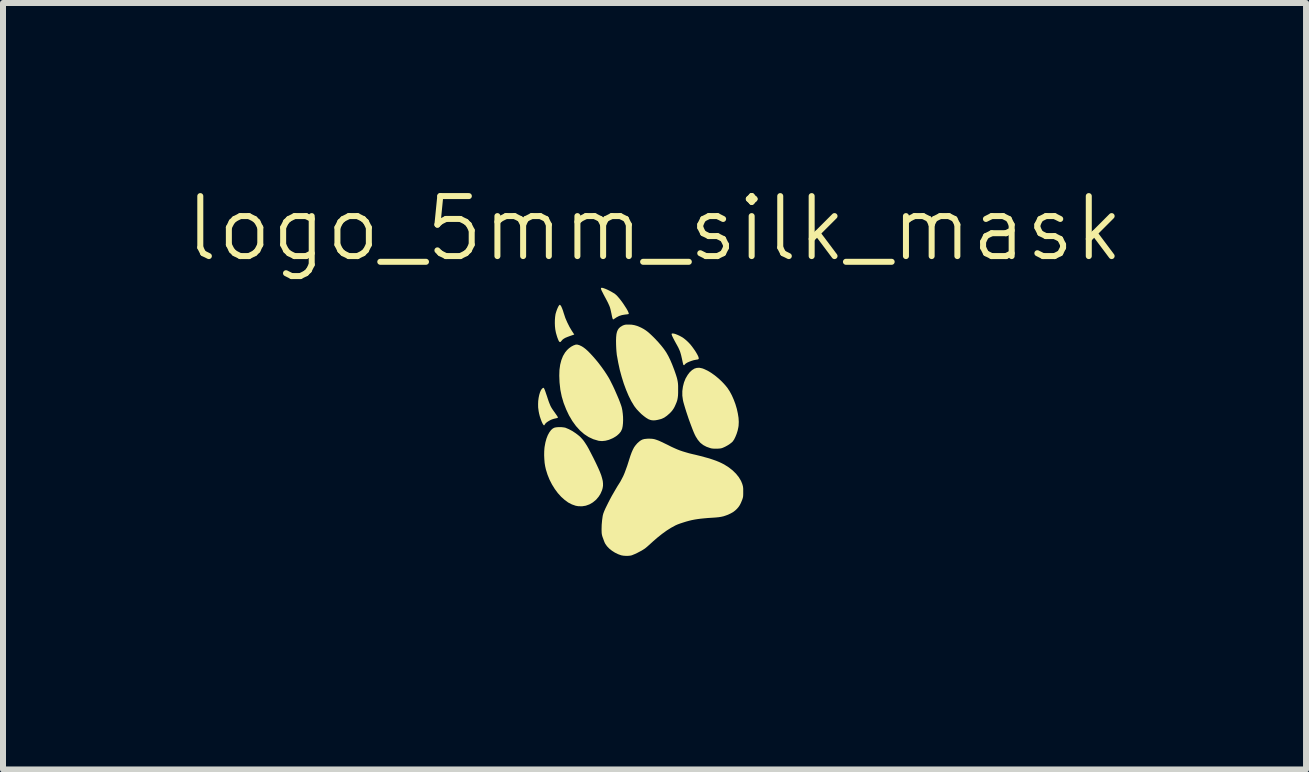
<source format=kicad_pcb>
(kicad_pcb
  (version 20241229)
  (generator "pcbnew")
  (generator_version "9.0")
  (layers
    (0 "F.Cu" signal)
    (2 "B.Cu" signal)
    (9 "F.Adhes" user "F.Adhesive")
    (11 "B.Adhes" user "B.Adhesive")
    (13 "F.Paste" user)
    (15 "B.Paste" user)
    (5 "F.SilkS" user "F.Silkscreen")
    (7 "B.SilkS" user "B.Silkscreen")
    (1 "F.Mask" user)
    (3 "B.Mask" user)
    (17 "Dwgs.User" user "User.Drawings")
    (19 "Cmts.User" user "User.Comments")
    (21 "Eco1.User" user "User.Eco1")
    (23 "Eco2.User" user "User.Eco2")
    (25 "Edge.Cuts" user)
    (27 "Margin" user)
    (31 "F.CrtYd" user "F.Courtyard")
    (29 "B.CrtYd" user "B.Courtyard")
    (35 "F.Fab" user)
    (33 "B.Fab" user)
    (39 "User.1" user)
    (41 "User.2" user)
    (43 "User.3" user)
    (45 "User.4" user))
  (footprint "logo_5mm_silk_mask"
    (layer "F.Cu")
    (at 7.86 4.261)
    (property "Reference" "logo_5mm_silk_mask" (at 0 -3.5 0) (unlocked yes) (layer "F.SilkS") (effects (font (size 1 1) (thickness 0.1))))
    (attr smd)
    (fp_poly (pts (xy 2.022 -0.888) (xy 2.121 -0.761) (xy 2.209 -0.631) (xy 2.285 -0.496) (xy 2.35 -0.358) (xy 2.404 -0.216) (xy 2.446 -0.073) (xy 2.476 0.073) (xy 2.495 0.219) (xy 2.502 0.367) (xy 2.496 0.515) (xy 2.479 0.662) (xy 2.449 0.809) (xy 2.424 0.901) (xy 2.38 1.028) (xy 2.327 1.155) (xy 2.267 1.277) (xy 2.203 1.387) (xy 2.112 1.521) (xy 2.01 1.647) (xy 1.9 1.766) (xy 1.78 1.877) (xy 1.652 1.98) (xy 1.517 2.075) (xy 1.374 2.162) (xy 1.226 2.24) (xy 1.071 2.308) (xy 0.911 2.368) (xy 0.746 2.417) (xy 0.577 2.457) (xy 0.404 2.487) (xy 0.229 2.506) (xy 0.051 2.514) (xy -0.128 2.512) (xy -0.171 2.509) (xy -0.351 2.493) (xy -0.528 2.465) (xy -0.703 2.426) (xy -0.874 2.377) (xy -1.041 2.317) (xy -1.202 2.247) (xy -1.357 2.168) (xy -1.505 2.08) (xy -1.644 1.982) (xy -1.699 1.94) (xy -1.827 1.83) (xy -1.945 1.713) (xy -2.052 1.59) (xy -2.148 1.461) (xy -2.233 1.326) (xy -2.307 1.186) (xy -2.37 1.041) (xy -2.417 0.901) (xy -2.435 0.836) (xy -2.452 0.765) (xy -2.466 0.691) (xy -2.478 0.616) (xy -2.487 0.542) (xy -2.493 0.472) (xy -2.496 0.407) (xy -2.496 0.35) (xy -2.492 0.303) (xy -2.492 0.303) (xy -2.486 0.262) (xy -2.485 0.298) (xy -2.484 0.319) (xy -2.482 0.348) (xy -2.478 0.382) (xy -2.475 0.408) (xy -2.45 0.547) (xy -2.414 0.684) (xy -2.366 0.817) (xy -2.306 0.946) (xy -2.236 1.071) (xy -2.155 1.192) (xy -2.064 1.307) (xy -1.964 1.417) (xy -1.853 1.521) (xy -1.734 1.618) (xy -1.606 1.708) (xy -1.47 1.79) (xy -1.341 1.857) (xy -1.177 1.93) (xy -1.008 1.991) (xy -0.835 2.04) (xy -0.659 2.078) (xy -0.481 2.105) (xy -0.302 2.119) (xy -0.122 2.122) (xy 0.058 2.114) (xy 0.238 2.094) (xy 0.416 2.062) (xy 0.591 2.018) (xy 0.763 1.963) (xy 0.813 1.944) (xy 0.968 1.879) (xy 1.116 1.804) (xy 1.257 1.721) (xy 1.389 1.63) (xy 1.513 1.531) (xy 1.628 1.424) (xy 1.733 1.31) (xy 1.828 1.19) (xy 1.913 1.063) (xy 1.954 0.991) (xy 2.015 0.869) (xy 2.066 0.741) (xy 2.106 0.607) (xy 2.136 0.471) (xy 2.147 0.4) (xy 2.152 0.349) (xy 2.156 0.29) (xy 2.157 0.225) (xy 2.157 0.16) (xy 2.155 0.097) (xy 2.151 0.04) (xy 2.147 0.009) (xy 2.122 -0.134) (xy 2.084 -0.274) (xy 2.035 -0.411) (xy 1.973 -0.544) (xy 1.9 -0.673) (xy 1.815 -0.797) (xy 1.755 -0.875) (xy 1.702 -0.94) (xy 1.84 -0.94) (xy 1.979 -0.94)) (stroke (width 0) (type solid)) (fill yes) (layer "F.Mask"))
    (fp_poly (pts (xy -1.578 -2.231) (xy -1.568 -2.223) (xy -1.555 -2.204) (xy -1.542 -2.174) (xy -1.527 -2.135) (xy -1.512 -2.086) (xy -1.51 -2.081) (xy -1.487 -2.011) (xy -1.455 -1.937) (xy -1.418 -1.863) (xy -1.377 -1.794) (xy -1.376 -1.793) (xy -1.338 -1.735) (xy -1.405 -1.712) (xy -1.451 -1.695) (xy -1.487 -1.68) (xy -1.513 -1.665) (xy -1.533 -1.65) (xy -1.547 -1.634) (xy -1.549 -1.632) (xy -1.563 -1.615) (xy -1.574 -1.609) (xy -1.584 -1.613) (xy -1.591 -1.619) (xy -1.599 -1.633) (xy -1.609 -1.657) (xy -1.621 -1.688) (xy -1.632 -1.724) (xy -1.643 -1.762) (xy -1.647 -1.781) (xy -1.655 -1.824) (xy -1.66 -1.874) (xy -1.662 -1.927) (xy -1.661 -1.98) (xy -1.657 -2.03) (xy -1.651 -2.073) (xy -1.647 -2.088) (xy -1.636 -2.124) (xy -1.624 -2.157) (xy -1.611 -2.187) (xy -1.599 -2.21) (xy -1.587 -2.226) (xy -1.579 -2.231)) (stroke (width 0) (type solid)) (fill yes) (layer "F.SilkS"))
    (fp_poly (pts (xy -1.849 -0.846) (xy -1.843 -0.84) (xy -1.837 -0.828) (xy -1.829 -0.81) (xy -1.819 -0.783) (xy -1.807 -0.747) (xy -1.791 -0.701) (xy -1.788 -0.691) (xy -1.772 -0.642) (xy -1.758 -0.603) (xy -1.745 -0.571) (xy -1.734 -0.544) (xy -1.721 -0.52) (xy -1.707 -0.497) (xy -1.69 -0.472) (xy -1.673 -0.448) (xy -1.649 -0.414) (xy -1.632 -0.39) (xy -1.62 -0.372) (xy -1.614 -0.361) (xy -1.611 -0.354) (xy -1.612 -0.349) (xy -1.615 -0.347) (xy -1.615 -0.346) (xy -1.625 -0.343) (xy -1.644 -0.338) (xy -1.66 -0.335) (xy -1.693 -0.326) (xy -1.728 -0.313) (xy -1.761 -0.295) (xy -1.791 -0.276) (xy -1.814 -0.257) (xy -1.828 -0.238) (xy -1.829 -0.236) (xy -1.837 -0.223) (xy -1.846 -0.223) (xy -1.852 -0.229) (xy -1.867 -0.252) (xy -1.882 -0.285) (xy -1.897 -0.325) (xy -1.912 -0.37) (xy -1.924 -0.417) (xy -1.933 -0.463) (xy -1.933 -0.466) (xy -1.94 -0.519) (xy -1.941 -0.574) (xy -1.939 -0.628) (xy -1.932 -0.681) (xy -1.922 -0.729) (xy -1.909 -0.772) (xy -1.894 -0.807) (xy -1.875 -0.833) (xy -1.859 -0.845) (xy -1.854 -0.847)) (stroke (width 0) (type solid)) (fill yes) (layer "F.SilkS"))
    (fp_poly (pts (xy 0.325 -1.75) (xy 0.352 -1.742) (xy 0.384 -1.729) (xy 0.417 -1.714) (xy 0.452 -1.695) (xy 0.48 -1.677) (xy 0.502 -1.66) (xy 0.529 -1.638) (xy 0.556 -1.613) (xy 0.568 -1.601) (xy 0.596 -1.571) (xy 0.624 -1.536) (xy 0.651 -1.499) (xy 0.677 -1.462) (xy 0.699 -1.426) (xy 0.717 -1.394) (xy 0.73 -1.366) (xy 0.736 -1.345) (xy 0.737 -1.337) (xy 0.735 -1.329) (xy 0.729 -1.323) (xy 0.718 -1.319) (xy 0.698 -1.316) (xy 0.687 -1.314) (xy 0.652 -1.307) (xy 0.616 -1.296) (xy 0.581 -1.283) (xy 0.549 -1.269) (xy 0.524 -1.254) (xy 0.507 -1.24) (xy 0.502 -1.233) (xy 0.494 -1.224) (xy 0.485 -1.226) (xy 0.477 -1.236) (xy 0.477 -1.238) (xy 0.475 -1.249) (xy 0.47 -1.269) (xy 0.464 -1.297) (xy 0.457 -1.33) (xy 0.454 -1.343) (xy 0.444 -1.387) (xy 0.434 -1.423) (xy 0.424 -1.455) (xy 0.411 -1.485) (xy 0.396 -1.518) (xy 0.375 -1.557) (xy 0.362 -1.58) (xy 0.333 -1.633) (xy 0.31 -1.677) (xy 0.294 -1.71) (xy 0.286 -1.733) (xy 0.284 -1.743) (xy 0.289 -1.751) (xy 0.303 -1.753)) (stroke (width 0) (type solid)) (fill yes) (layer "F.SilkS"))
    (fp_poly (pts (xy -0.85 -2.508) (xy -0.822 -2.498) (xy -0.789 -2.484) (xy -0.754 -2.467) (xy -0.719 -2.448) (xy -0.687 -2.429) (xy -0.659 -2.411) (xy -0.64 -2.395) (xy -0.618 -2.373) (xy -0.593 -2.344) (xy -0.567 -2.312) (xy -0.54 -2.276) (xy -0.515 -2.24) (xy -0.491 -2.203) (xy -0.469 -2.169) (xy -0.451 -2.138) (xy -0.438 -2.111) (xy -0.431 -2.091) (xy -0.43 -2.079) (xy -0.431 -2.077) (xy -0.438 -2.075) (xy -0.456 -2.072) (xy -0.479 -2.069) (xy -0.491 -2.068) (xy -0.544 -2.059) (xy -0.591 -2.044) (xy -0.635 -2.021) (xy -0.649 -2.011) (xy -0.668 -1.999) (xy -0.682 -1.99) (xy -0.689 -1.986) (xy -0.689 -1.986) (xy -0.695 -1.991) (xy -0.699 -2.001) (xy -0.703 -2.012) (xy -0.708 -2.033) (xy -0.714 -2.061) (xy -0.72 -2.092) (xy -0.721 -2.094) (xy -0.728 -2.128) (xy -0.735 -2.157) (xy -0.742 -2.183) (xy -0.751 -2.208) (xy -0.763 -2.235) (xy -0.777 -2.266) (xy -0.796 -2.303) (xy -0.82 -2.348) (xy -0.825 -2.357) (xy -0.849 -2.402) (xy -0.867 -2.438) (xy -0.881 -2.465) (xy -0.889 -2.484) (xy -0.893 -2.498) (xy -0.893 -2.506) (xy -0.89 -2.512) (xy -0.887 -2.513) (xy -0.873 -2.514)) (stroke (width 0) (type solid)) (fill yes) (layer "F.SilkS"))
    (fp_poly (pts (xy -1.559 -0.192) (xy -1.521 -0.188) (xy -1.49 -0.183) (xy -1.482 -0.18) (xy -1.427 -0.157) (xy -1.369 -0.126) (xy -1.312 -0.088) (xy -1.259 -0.047) (xy -1.232 -0.022) (xy -1.211 0.001) (xy -1.19 0.025) (xy -1.169 0.054) (xy -1.147 0.087) (xy -1.123 0.125) (xy -1.097 0.171) (xy -1.069 0.225) (xy -1.036 0.289) (xy -1.013 0.334) (xy -0.973 0.416) (xy -0.939 0.489) (xy -0.911 0.553) (xy -0.889 0.61) (xy -0.874 0.661) (xy -0.863 0.706) (xy -0.859 0.748) (xy -0.859 0.787) (xy -0.865 0.824) (xy -0.875 0.86) (xy -0.891 0.897) (xy -0.903 0.923) (xy -0.931 0.967) (xy -0.966 1.009) (xy -0.975 1.019) (xy -1.028 1.063) (xy -1.085 1.096) (xy -1.146 1.118) (xy -1.209 1.128) (xy -1.274 1.126) (xy -1.314 1.119) (xy -1.377 1.097) (xy -1.439 1.065) (xy -1.499 1.021) (xy -1.557 0.969) (xy -1.612 0.908) (xy -1.663 0.839) (xy -1.709 0.765) (xy -1.75 0.685) (xy -1.784 0.601) (xy -1.811 0.514) (xy -1.823 0.461) (xy -1.832 0.406) (xy -1.837 0.343) (xy -1.84 0.278) (xy -1.839 0.214) (xy -1.835 0.155) (xy -1.832 0.134) (xy -1.819 0.063) (xy -1.801 -0.002) (xy -1.779 -0.058) (xy -1.753 -0.105) (xy -1.725 -0.143) (xy -1.694 -0.17) (xy -1.664 -0.184) (xy -1.635 -0.189) (xy -1.598 -0.192)) (stroke (width 0) (type solid)) (fill yes) (layer "F.SilkS"))
    (fp_poly (pts (xy 0.796 -1.171) (xy 0.823 -1.161) (xy 0.881 -1.134) (xy 0.942 -1.098) (xy 1.004 -1.054) (xy 1.065 -1.004) (xy 1.124 -0.949) (xy 1.177 -0.892) (xy 1.213 -0.848) (xy 1.252 -0.789) (xy 1.288 -0.722) (xy 1.32 -0.65) (xy 1.348 -0.575) (xy 1.371 -0.498) (xy 1.388 -0.421) (xy 1.4 -0.347) (xy 1.404 -0.278) (xy 1.401 -0.215) (xy 1.397 -0.189) (xy 1.385 -0.133) (xy 1.368 -0.079) (xy 1.348 -0.03) (xy 1.327 0.013) (xy 1.305 0.045) (xy 1.305 0.046) (xy 1.284 0.066) (xy 1.254 0.089) (xy 1.219 0.112) (xy 1.181 0.133) (xy 1.153 0.146) (xy 1.129 0.156) (xy 1.108 0.162) (xy 1.086 0.165) (xy 1.057 0.167) (xy 1.04 0.168) (xy 1.002 0.168) (xy 0.971 0.166) (xy 0.943 0.162) (xy 0.929 0.158) (xy 0.866 0.136) (xy 0.811 0.107) (xy 0.763 0.069) (xy 0.722 0.021) (xy 0.685 -0.038) (xy 0.671 -0.066) (xy 0.654 -0.104) (xy 0.635 -0.151) (xy 0.614 -0.206) (xy 0.592 -0.265) (xy 0.569 -0.328) (xy 0.548 -0.391) (xy 0.527 -0.454) (xy 0.509 -0.512) (xy 0.493 -0.566) (xy 0.48 -0.612) (xy 0.473 -0.644) (xy 0.463 -0.717) (xy 0.463 -0.792) (xy 0.473 -0.866) (xy 0.491 -0.937) (xy 0.518 -1.004) (xy 0.553 -1.063) (xy 0.587 -1.107) (xy 0.626 -1.143) (xy 0.665 -1.167) (xy 0.705 -1.179) (xy 0.748 -1.181)) (stroke (width 0) (type solid)) (fill yes) (layer "F.SilkS"))
    (fp_poly (pts (xy -1.254 -1.558) (xy -1.216 -1.54) (xy -1.191 -1.525) (xy -1.156 -1.499) (xy -1.116 -1.464) (xy -1.073 -1.421) (xy -1.027 -1.371) (xy -0.979 -1.316) (xy -0.931 -1.257) (xy -0.884 -1.195) (xy -0.839 -1.132) (xy -0.798 -1.07) (xy -0.764 -1.015) (xy -0.744 -0.979) (xy -0.722 -0.935) (xy -0.697 -0.885) (xy -0.671 -0.83) (xy -0.646 -0.773) (xy -0.621 -0.716) (xy -0.598 -0.662) (xy -0.578 -0.611) (xy -0.562 -0.567) (xy -0.55 -0.531) (xy -0.547 -0.52) (xy -0.537 -0.473) (xy -0.53 -0.42) (xy -0.525 -0.364) (xy -0.524 -0.308) (xy -0.526 -0.255) (xy -0.531 -0.208) (xy -0.539 -0.169) (xy -0.542 -0.16) (xy -0.561 -0.119) (xy -0.59 -0.083) (xy -0.628 -0.049) (xy -0.678 -0.017) (xy -0.703 -0.004) (xy -0.76 0.02) (xy -0.818 0.035) (xy -0.875 0.041) (xy -0.926 0.037) (xy -0.936 0.035) (xy -1.02 0.01) (xy -1.1 -0.027) (xy -1.174 -0.076) (xy -1.244 -0.137) (xy -1.309 -0.209) (xy -1.37 -0.293) (xy -1.426 -0.388) (xy -1.472 -0.485) (xy -1.515 -0.594) (xy -1.547 -0.702) (xy -1.57 -0.814) (xy -1.583 -0.931) (xy -1.584 -0.944) (xy -1.588 -1.049) (xy -1.585 -1.145) (xy -1.573 -1.232) (xy -1.553 -1.309) (xy -1.526 -1.377) (xy -1.491 -1.436) (xy -1.459 -1.475) (xy -1.426 -1.506) (xy -1.389 -1.533) (xy -1.35 -1.554) (xy -1.315 -1.566) (xy -1.313 -1.567) (xy -1.287 -1.567)) (stroke (width 0) (type solid)) (fill yes) (layer "F.SilkS"))
    (fp_poly (pts (xy -0.38 -1.899) (xy -0.334 -1.891) (xy -0.289 -1.878) (xy -0.239 -1.857) (xy -0.218 -1.847) (xy -0.181 -1.827) (xy -0.144 -1.803) (xy -0.107 -1.775) (xy -0.068 -1.74) (xy -0.023 -1.697) (xy 0.004 -1.67) (xy 0.063 -1.607) (xy 0.113 -1.549) (xy 0.157 -1.493) (xy 0.196 -1.436) (xy 0.23 -1.376) (xy 0.262 -1.31) (xy 0.293 -1.238) (xy 0.325 -1.155) (xy 0.327 -1.15) (xy 0.346 -1.096) (xy 0.361 -1.051) (xy 0.373 -1.012) (xy 0.381 -0.978) (xy 0.387 -0.946) (xy 0.391 -0.914) (xy 0.393 -0.878) (xy 0.393 -0.836) (xy 0.393 -0.817) (xy 0.393 -0.761) (xy 0.391 -0.716) (xy 0.386 -0.677) (xy 0.379 -0.642) (xy 0.368 -0.608) (xy 0.353 -0.572) (xy 0.337 -0.536) (xy 0.321 -0.506) (xy 0.305 -0.482) (xy 0.287 -0.458) (xy 0.263 -0.432) (xy 0.253 -0.422) (xy 0.206 -0.381) (xy 0.16 -0.349) (xy 0.11 -0.327) (xy 0.055 -0.313) (xy 0.016 -0.306) (xy -0.016 -0.304) (xy -0.045 -0.306) (xy -0.071 -0.312) (xy -0.103 -0.324) (xy -0.139 -0.346) (xy -0.178 -0.375) (xy -0.219 -0.409) (xy -0.258 -0.448) (xy -0.296 -0.488) (xy -0.329 -0.53) (xy -0.342 -0.549) (xy -0.388 -0.625) (xy -0.432 -0.713) (xy -0.473 -0.81) (xy -0.512 -0.915) (xy -0.547 -1.027) (xy -0.579 -1.144) (xy -0.605 -1.264) (xy -0.627 -1.386) (xy -0.628 -1.387) (xy -0.631 -1.417) (xy -0.635 -1.455) (xy -0.638 -1.498) (xy -0.64 -1.542) (xy -0.641 -1.566) (xy -0.642 -1.635) (xy -0.64 -1.692) (xy -0.635 -1.741) (xy -0.626 -1.78) (xy -0.612 -1.813) (xy -0.594 -1.839) (xy -0.57 -1.861) (xy -0.541 -1.879) (xy -0.53 -1.885) (xy -0.512 -1.892) (xy -0.496 -1.897) (xy -0.478 -1.9) (xy -0.453 -1.901) (xy -0.429 -1.901)) (stroke (width 0) (type solid)) (fill yes) (layer "F.SilkS"))
    (fp_poly (pts (xy -0.052 0.002) (xy -0.024 0.005) (xy 0.004 0.011) (xy 0.035 0.021) (xy 0.07 0.034) (xy 0.11 0.052) (xy 0.158 0.075) (xy 0.216 0.103) (xy 0.218 0.104) (xy 0.277 0.134) (xy 0.329 0.158) (xy 0.377 0.179) (xy 0.423 0.197) (xy 0.47 0.213) (xy 0.52 0.228) (xy 0.575 0.244) (xy 0.64 0.26) (xy 0.676 0.268) (xy 0.765 0.29) (xy 0.843 0.311) (xy 0.912 0.33) (xy 0.972 0.35) (xy 1.026 0.369) (xy 1.075 0.389) (xy 1.12 0.41) (xy 1.163 0.432) (xy 1.164 0.433) (xy 1.237 0.479) (xy 1.302 0.53) (xy 1.359 0.586) (xy 1.406 0.645) (xy 1.442 0.706) (xy 1.461 0.752) (xy 1.468 0.775) (xy 1.473 0.794) (xy 1.476 0.814) (xy 1.478 0.837) (xy 1.478 0.868) (xy 1.478 0.889) (xy 1.478 0.924) (xy 1.477 0.951) (xy 1.475 0.971) (xy 1.471 0.989) (xy 1.465 1.008) (xy 1.458 1.027) (xy 1.439 1.073) (xy 1.42 1.11) (xy 1.398 1.142) (xy 1.373 1.171) (xy 1.343 1.199) (xy 1.31 1.224) (xy 1.271 1.246) (xy 1.225 1.268) (xy 1.187 1.282) (xy 1.151 1.294) (xy 1.112 1.303) (xy 1.067 1.31) (xy 1.015 1.315) (xy 0.971 1.318) (xy 0.892 1.323) (xy 0.824 1.329) (xy 0.765 1.335) (xy 0.712 1.342) (xy 0.664 1.35) (xy 0.618 1.359) (xy 0.577 1.369) (xy 0.526 1.383) (xy 0.475 1.399) (xy 0.426 1.415) (xy 0.383 1.431) (xy 0.349 1.446) (xy 0.344 1.449) (xy 0.274 1.487) (xy 0.2 1.534) (xy 0.124 1.589) (xy 0.049 1.649) (xy -0.024 1.712) (xy -0.038 1.725) (xy -0.068 1.752) (xy -0.098 1.779) (xy -0.125 1.803) (xy -0.148 1.822) (xy -0.158 1.83) (xy -0.182 1.846) (xy -0.214 1.866) (xy -0.252 1.886) (xy -0.292 1.907) (xy -0.331 1.925) (xy -0.365 1.939) (xy -0.38 1.945) (xy -0.408 1.951) (xy -0.444 1.954) (xy -0.483 1.954) (xy -0.522 1.951) (xy -0.554 1.945) (xy -0.555 1.945) (xy -0.608 1.926) (xy -0.661 1.9) (xy -0.711 1.868) (xy -0.756 1.832) (xy -0.793 1.793) (xy -0.821 1.753) (xy -0.83 1.736) (xy -0.84 1.712) (xy -0.851 1.682) (xy -0.862 1.651) (xy -0.865 1.645) (xy -0.873 1.619) (xy -0.878 1.597) (xy -0.881 1.575) (xy -0.882 1.549) (xy -0.883 1.514) (xy -0.883 1.514) (xy -0.881 1.436) (xy -0.874 1.359) (xy -0.864 1.288) (xy -0.86 1.271) (xy -0.853 1.246) (xy -0.84 1.212) (xy -0.822 1.17) (xy -0.799 1.123) (xy -0.773 1.07) (xy -0.744 1.014) (xy -0.713 0.956) (xy -0.68 0.899) (xy -0.647 0.842) (xy -0.615 0.788) (xy -0.597 0.76) (xy -0.569 0.715) (xy -0.545 0.67) (xy -0.521 0.623) (xy -0.499 0.572) (xy -0.478 0.515) (xy -0.455 0.451) (xy -0.431 0.376) (xy -0.422 0.347) (xy -0.401 0.282) (xy -0.381 0.228) (xy -0.361 0.183) (xy -0.341 0.145) (xy -0.318 0.113) (xy -0.293 0.084) (xy -0.288 0.078) (xy -0.256 0.049) (xy -0.227 0.028) (xy -0.198 0.014) (xy -0.166 0.006) (xy -0.126 0.002) (xy -0.113 0.001) (xy -0.081 0.001)) (stroke (width 0) (type solid)) (fill yes) (layer "F.SilkS")))
  (gr_rect
    (start -3 -3)
    (end 18.719 9.775)
    (stroke (width 0.1) (type default))
    (fill no)
    (layer "Edge.Cuts")))
</source>
